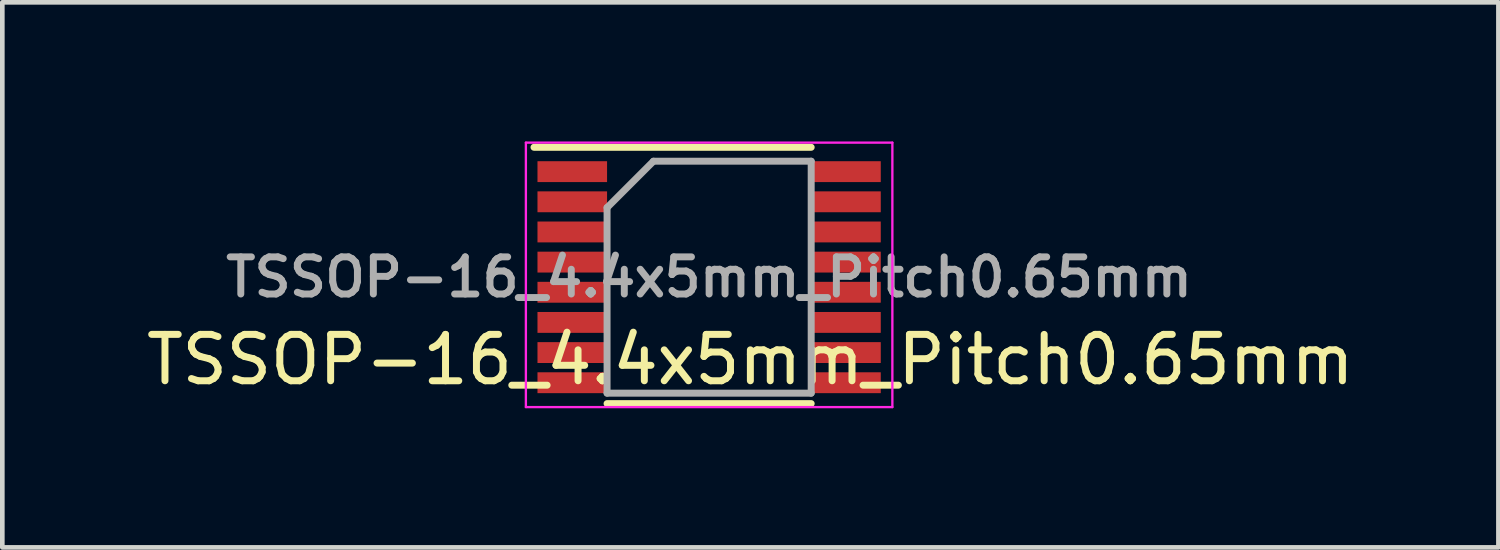
<source format=kicad_pcb>
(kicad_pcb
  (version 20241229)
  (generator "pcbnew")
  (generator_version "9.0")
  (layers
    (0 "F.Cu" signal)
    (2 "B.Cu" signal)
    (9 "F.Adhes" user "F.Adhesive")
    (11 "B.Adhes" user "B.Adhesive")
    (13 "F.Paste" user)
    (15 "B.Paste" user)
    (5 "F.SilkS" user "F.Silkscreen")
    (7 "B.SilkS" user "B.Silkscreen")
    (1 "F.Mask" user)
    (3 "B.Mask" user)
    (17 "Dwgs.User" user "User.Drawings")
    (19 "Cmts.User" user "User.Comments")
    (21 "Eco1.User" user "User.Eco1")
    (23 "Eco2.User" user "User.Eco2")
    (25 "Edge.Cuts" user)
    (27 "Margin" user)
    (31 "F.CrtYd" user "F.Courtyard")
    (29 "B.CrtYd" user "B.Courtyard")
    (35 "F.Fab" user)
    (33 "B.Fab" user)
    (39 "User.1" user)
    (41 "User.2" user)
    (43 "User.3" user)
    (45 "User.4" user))
  (footprint "TSSOP-16_4.4x5mm_Pitch0.65mm"
    (layer "F.Cu")
    (at 12.236 2.925)
    (property "Reference" "TSSOP-16_4.4x5mm_Pitch0.65mm" (at 0.889 1.778 0) (layer "F.SilkS") (effects (font (size 1 1) (thickness 0.15))))
    (attr smd)
    (fp_line (start -3.775 -2.8) (end 2.2 -2.8) (stroke (width 0.15) (type solid)) (layer "F.SilkS"))
    (fp_line (start -2.2 2.725) (end 2.2 2.725) (stroke (width 0.15) (type solid)) (layer "F.SilkS"))
    (fp_line (start -3.95 -2.9) (end -3.95 2.8) (stroke (width 0.05) (type solid)) (layer "F.CrtYd"))
    (fp_line (start -3.95 -2.9) (end 3.95 -2.9) (stroke (width 0.05) (type solid)) (layer "F.CrtYd"))
    (fp_line (start -3.95 2.8) (end 3.95 2.8) (stroke (width 0.05) (type solid)) (layer "F.CrtYd"))
    (fp_line (start 3.95 -2.9) (end 3.95 2.8) (stroke (width 0.05) (type solid)) (layer "F.CrtYd"))
    (fp_line (start -2.2 -1.5) (end -1.2 -2.5) (stroke (width 0.15) (type solid)) (layer "F.Fab"))
    (fp_line (start -2.2 2.5) (end -2.2 -1.5) (stroke (width 0.15) (type solid)) (layer "F.Fab"))
    (fp_line (start -1.2 -2.5) (end 2.2 -2.5) (stroke (width 0.15) (type solid)) (layer "F.Fab"))
    (fp_line (start 2.2 -2.5) (end 2.2 2.5) (stroke (width 0.15) (type solid)) (layer "F.Fab"))
    (fp_line (start 2.2 2.5) (end -2.2 2.5) (stroke (width 0.15) (type solid)) (layer "F.Fab"))
    (fp_text user "${REFERENCE}" (at 0 0 0) (layer "F.Fab") (effects (font (size 0.8 0.8) (thickness 0.15))))
    (pad "1" smd rect (at -2.95 -2.275) (size 1.5 0.45) (layers "F.Cu" "F.Mask" "F.Paste"))
    (pad "2" smd rect (at -2.95 -1.625) (size 1.5 0.45) (layers "F.Cu" "F.Mask" "F.Paste"))
    (pad "3" smd rect (at -2.95 -0.975) (size 1.5 0.45) (layers "F.Cu" "F.Mask" "F.Paste"))
    (pad "4" smd rect (at -2.95 -0.325) (size 1.5 0.45) (layers "F.Cu" "F.Mask" "F.Paste"))
    (pad "5" smd rect (at -2.95 0.325) (size 1.5 0.45) (layers "F.Cu" "F.Mask" "F.Paste"))
    (pad "6" smd rect (at -2.95 0.975) (size 1.5 0.45) (layers "F.Cu" "F.Mask" "F.Paste"))
    (pad "7" smd rect (at -2.95 1.625) (size 1.5 0.45) (layers "F.Cu" "F.Mask" "F.Paste"))
    (pad "8" smd rect (at -2.95 2.275) (size 1.5 0.45) (layers "F.Cu" "F.Mask" "F.Paste"))
    (pad "9" smd rect (at 2.95 2.275) (size 1.5 0.45) (layers "F.Cu" "F.Mask" "F.Paste"))
    (pad "10" smd rect (at 2.95 1.625) (size 1.5 0.45) (layers "F.Cu" "F.Mask" "F.Paste"))
    (pad "11" smd rect (at 2.95 0.975) (size 1.5 0.45) (layers "F.Cu" "F.Mask" "F.Paste"))
    (pad "12" smd rect (at 2.95 0.325) (size 1.5 0.45) (layers "F.Cu" "F.Mask" "F.Paste"))
    (pad "13" smd rect (at 2.95 -0.325) (size 1.5 0.45) (layers "F.Cu" "F.Mask" "F.Paste"))
    (pad "14" smd rect (at 2.95 -0.975) (size 1.5 0.45) (layers "F.Cu" "F.Mask" "F.Paste"))
    (pad "15" smd rect (at 2.95 -1.625) (size 1.5 0.45) (layers "F.Cu" "F.Mask" "F.Paste"))
    (pad "16" smd rect (at 2.95 -2.275) (size 1.5 0.45) (layers "F.Cu" "F.Mask" "F.Paste")))
  (gr_rect
    (start -3 -3)
    (end 29.25 8.75)
    (stroke (width 0.1) (type default))
    (fill no)
    (layer "Edge.Cuts")))
</source>
